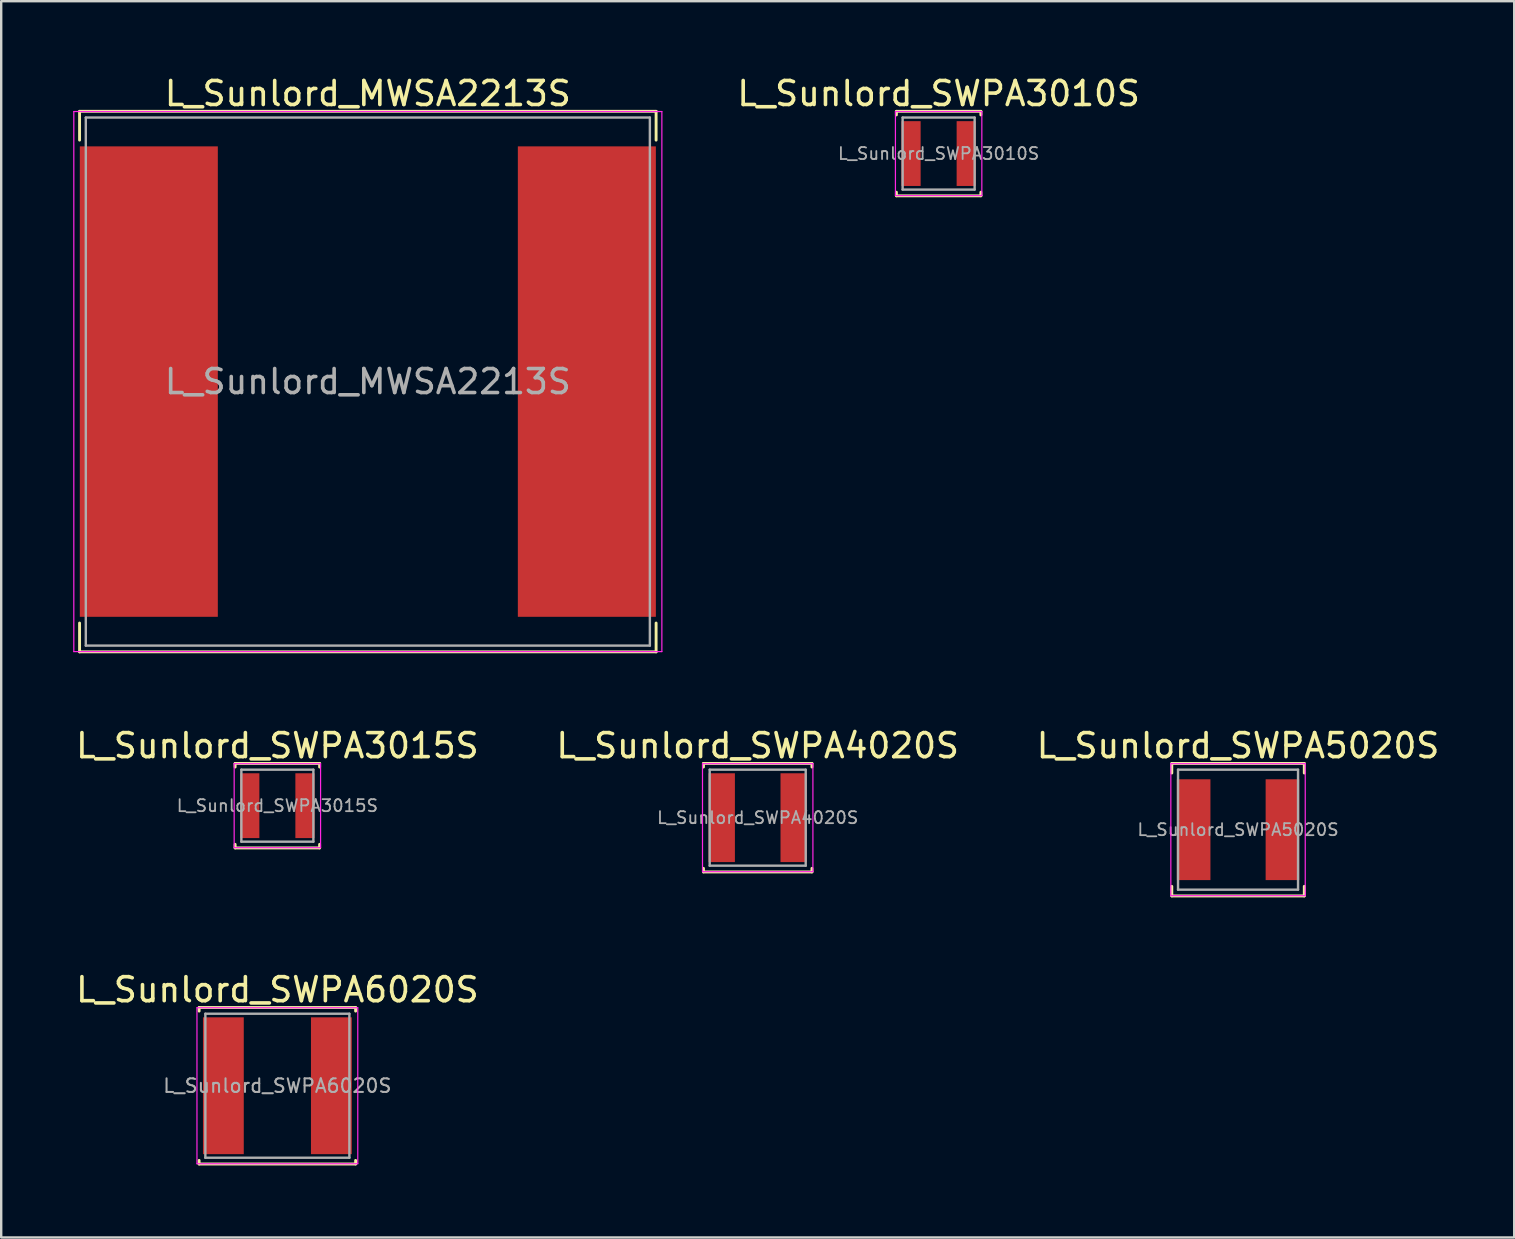
<source format=kicad_pcb>
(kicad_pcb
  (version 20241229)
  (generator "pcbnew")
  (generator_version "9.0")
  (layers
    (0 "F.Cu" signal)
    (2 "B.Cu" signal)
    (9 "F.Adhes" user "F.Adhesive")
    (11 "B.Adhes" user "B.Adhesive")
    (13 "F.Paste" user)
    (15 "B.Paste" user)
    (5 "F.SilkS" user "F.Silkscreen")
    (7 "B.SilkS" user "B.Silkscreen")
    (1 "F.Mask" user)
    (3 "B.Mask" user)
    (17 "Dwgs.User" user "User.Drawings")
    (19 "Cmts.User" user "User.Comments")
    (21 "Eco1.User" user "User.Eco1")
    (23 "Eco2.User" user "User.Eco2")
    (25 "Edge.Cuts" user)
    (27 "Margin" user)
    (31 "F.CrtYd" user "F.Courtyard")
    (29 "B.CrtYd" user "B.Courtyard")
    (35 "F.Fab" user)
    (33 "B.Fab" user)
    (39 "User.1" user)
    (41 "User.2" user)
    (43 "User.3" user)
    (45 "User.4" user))
  (footprint "L_Sunlord_MWSA2213S"
    (layer "F.Cu")
    (at 12.275 12.848)
    (property "Reference" "L_Sunlord_MWSA2213S" (at 0 -12 0) (layer "F.SilkS") (effects (font (size 1 1) (thickness 0.15))))
    (attr smd)
    (fp_line (start -12.01 -11.26) (end -12.01 -10.06) (stroke (width 0.12) (type solid)) (layer "F.SilkS"))
    (fp_line (start -12.01 -11.26) (end 12.01 -11.26) (stroke (width 0.12) (type solid)) (layer "F.SilkS"))
    (fp_line (start -12.01 11.26) (end -12.01 10.06) (stroke (width 0.12) (type solid)) (layer "F.SilkS"))
    (fp_line (start -12.01 11.26) (end 12.01 11.26) (stroke (width 0.12) (type solid)) (layer "F.SilkS"))
    (fp_line (start 12.01 -11.26) (end 12.01 -10.06) (stroke (width 0.12) (type solid)) (layer "F.SilkS"))
    (fp_line (start 12.01 11.26) (end 12.01 10.06) (stroke (width 0.12) (type solid)) (layer "F.SilkS"))
    (fp_line (start -12.25 -11.25) (end -12.25 11.25) (stroke (width 0.05) (type solid)) (layer "F.CrtYd"))
    (fp_line (start -12.25 11.25) (end 12.25 11.25) (stroke (width 0.05) (type solid)) (layer "F.CrtYd"))
    (fp_line (start 12.25 -11.25) (end -12.25 -11.25) (stroke (width 0.05) (type solid)) (layer "F.CrtYd"))
    (fp_line (start 12.25 11.25) (end 12.25 -11.25) (stroke (width 0.05) (type solid)) (layer "F.CrtYd"))
    (fp_line (start -11.75 -11) (end -11.75 11) (stroke (width 0.1) (type solid)) (layer "F.Fab"))
    (fp_line (start -11.75 11) (end 11.75 11) (stroke (width 0.1) (type solid)) (layer "F.Fab"))
    (fp_line (start 11.75 -11) (end -11.75 -11) (stroke (width 0.1) (type solid)) (layer "F.Fab"))
    (fp_line (start 11.75 11) (end 11.75 -11) (stroke (width 0.1) (type solid)) (layer "F.Fab"))
    (fp_text user "${REFERENCE}" (at 0 0 0) (layer "F.Fab") (effects (font (size 1 1) (thickness 0.15))))
    (pad "1" smd rect (at -9.125 0) (size 5.75 19.6) (layers "F.Cu" "F.Mask" "F.Paste"))
    (pad "2" smd rect (at 9.125 0) (size 5.75 19.6) (layers "F.Cu" "F.Mask" "F.Paste")))
  (footprint "L_Sunlord_SWPA3015S"
    (layer "F.Cu")
    (at 8.506 30.517)
    (property "Reference" "L_Sunlord_SWPA3015S" (at 0 -2.5 0) (layer "F.SilkS") (effects (font (size 1 1) (thickness 0.15))))
    (attr smd)
    (fp_line (start -1.76 -1.76) (end -1.76 -1.61) (stroke (width 0.12) (type solid)) (layer "F.SilkS"))
    (fp_line (start -1.76 -1.76) (end 1.76 -1.76) (stroke (width 0.12) (type solid)) (layer "F.SilkS"))
    (fp_line (start -1.76 1.76) (end -1.76 1.61) (stroke (width 0.12) (type solid)) (layer "F.SilkS"))
    (fp_line (start -1.76 1.76) (end 1.76 1.76) (stroke (width 0.12) (type solid)) (layer "F.SilkS"))
    (fp_line (start 1.76 -1.76) (end 1.76 -1.61) (stroke (width 0.12) (type solid)) (layer "F.SilkS"))
    (fp_line (start 1.76 1.76) (end 1.76 1.61) (stroke (width 0.12) (type solid)) (layer "F.SilkS"))
    (fp_line (start -1.8 -1.75) (end -1.8 1.75) (stroke (width 0.05) (type solid)) (layer "F.CrtYd"))
    (fp_line (start -1.8 1.75) (end 1.8 1.75) (stroke (width 0.05) (type solid)) (layer "F.CrtYd"))
    (fp_line (start 1.8 -1.75) (end -1.8 -1.75) (stroke (width 0.05) (type solid)) (layer "F.CrtYd"))
    (fp_line (start 1.8 1.75) (end 1.8 -1.75) (stroke (width 0.05) (type solid)) (layer "F.CrtYd"))
    (fp_line (start -1.5 -1.5) (end -1.5 1.5) (stroke (width 0.1) (type solid)) (layer "F.Fab"))
    (fp_line (start -1.5 1.5) (end 1.5 1.5) (stroke (width 0.1) (type solid)) (layer "F.Fab"))
    (fp_line (start 1.5 -1.5) (end -1.5 -1.5) (stroke (width 0.1) (type solid)) (layer "F.Fab"))
    (fp_line (start 1.5 1.5) (end 1.5 -1.5) (stroke (width 0.1) (type solid)) (layer "F.Fab"))
    (fp_text user "${REFERENCE}" (at 0 0 0) (layer "F.Fab") (effects (font (size 0.5 0.5) (thickness 0.075))))
    (pad "1" smd rect (at -1.15 0) (size 0.8 2.7) (layers "F.Cu" "F.Mask" "F.Paste"))
    (pad "2" smd rect (at 1.15 0) (size 0.8 2.7) (layers "F.Cu" "F.Mask" "F.Paste")))
  (footprint "L_Sunlord_SWPA5020S"
    (layer "F.Cu")
    (at 48.53 31.517)
    (property "Reference" "L_Sunlord_SWPA5020S" (at 0 -3.5 0) (layer "F.SilkS") (effects (font (size 1 1) (thickness 0.15))))
    (attr smd)
    (fp_line (start -2.76 -2.76) (end -2.76 -2.36) (stroke (width 0.12) (type solid)) (layer "F.SilkS"))
    (fp_line (start -2.76 -2.76) (end 2.76 -2.76) (stroke (width 0.12) (type solid)) (layer "F.SilkS"))
    (fp_line (start -2.76 2.76) (end -2.76 2.36) (stroke (width 0.12) (type solid)) (layer "F.SilkS"))
    (fp_line (start -2.76 2.76) (end 2.76 2.76) (stroke (width 0.12) (type solid)) (layer "F.SilkS"))
    (fp_line (start 2.76 -2.76) (end 2.76 -2.36) (stroke (width 0.12) (type solid)) (layer "F.SilkS"))
    (fp_line (start 2.76 2.76) (end 2.76 2.36) (stroke (width 0.12) (type solid)) (layer "F.SilkS"))
    (fp_line (start -2.8 -2.75) (end -2.8 2.75) (stroke (width 0.05) (type solid)) (layer "F.CrtYd"))
    (fp_line (start -2.8 2.75) (end 2.8 2.75) (stroke (width 0.05) (type solid)) (layer "F.CrtYd"))
    (fp_line (start 2.8 -2.75) (end -2.8 -2.75) (stroke (width 0.05) (type solid)) (layer "F.CrtYd"))
    (fp_line (start 2.8 2.75) (end 2.8 -2.75) (stroke (width 0.05) (type solid)) (layer "F.CrtYd"))
    (fp_line (start -2.5 -2.5) (end -2.5 2.5) (stroke (width 0.1) (type solid)) (layer "F.Fab"))
    (fp_line (start -2.5 2.5) (end 2.5 2.5) (stroke (width 0.1) (type solid)) (layer "F.Fab"))
    (fp_line (start 2.5 -2.5) (end -2.5 -2.5) (stroke (width 0.1) (type solid)) (layer "F.Fab"))
    (fp_line (start 2.5 2.5) (end 2.5 -2.5) (stroke (width 0.1) (type solid)) (layer "F.Fab"))
    (fp_text user "${REFERENCE}" (at 0 0 0) (layer "F.Fab") (effects (font (size 0.5 0.5) (thickness 0.075))))
    (pad "1" smd rect (at -1.85 0) (size 1.4 4.2) (layers "F.Cu" "F.Mask" "F.Paste"))
    (pad "2" smd rect (at 1.85 0) (size 1.4 4.2) (layers "F.Cu" "F.Mask" "F.Paste")))
  (footprint "L_Sunlord_SWPA3010S"
    (layer "F.Cu")
    (at 36.056 3.348)
    (property "Reference" "L_Sunlord_SWPA3010S" (at 0 -2.5 0) (layer "F.SilkS") (effects (font (size 1 1) (thickness 0.15))))
    (attr smd)
    (fp_line (start -1.76 -1.76) (end -1.76 -1.61) (stroke (width 0.12) (type solid)) (layer "F.SilkS"))
    (fp_line (start -1.76 -1.76) (end 1.76 -1.76) (stroke (width 0.12) (type solid)) (layer "F.SilkS"))
    (fp_line (start -1.76 1.76) (end -1.76 1.61) (stroke (width 0.12) (type solid)) (layer "F.SilkS"))
    (fp_line (start -1.76 1.76) (end 1.76 1.76) (stroke (width 0.12) (type solid)) (layer "F.SilkS"))
    (fp_line (start 1.76 -1.76) (end 1.76 -1.61) (stroke (width 0.12) (type solid)) (layer "F.SilkS"))
    (fp_line (start 1.76 1.76) (end 1.76 1.61) (stroke (width 0.12) (type solid)) (layer "F.SilkS"))
    (fp_line (start -1.8 -1.75) (end -1.8 1.75) (stroke (width 0.05) (type solid)) (layer "F.CrtYd"))
    (fp_line (start -1.8 1.75) (end 1.8 1.75) (stroke (width 0.05) (type solid)) (layer "F.CrtYd"))
    (fp_line (start 1.8 -1.75) (end -1.8 -1.75) (stroke (width 0.05) (type solid)) (layer "F.CrtYd"))
    (fp_line (start 1.8 1.75) (end 1.8 -1.75) (stroke (width 0.05) (type solid)) (layer "F.CrtYd"))
    (fp_line (start -1.5 -1.5) (end -1.5 1.5) (stroke (width 0.1) (type solid)) (layer "F.Fab"))
    (fp_line (start -1.5 1.5) (end 1.5 1.5) (stroke (width 0.1) (type solid)) (layer "F.Fab"))
    (fp_line (start 1.5 -1.5) (end -1.5 -1.5) (stroke (width 0.1) (type solid)) (layer "F.Fab"))
    (fp_line (start 1.5 1.5) (end 1.5 -1.5) (stroke (width 0.1) (type solid)) (layer "F.Fab"))
    (fp_text user "${REFERENCE}" (at 0 0 0) (layer "F.Fab") (effects (font (size 0.5 0.5) (thickness 0.075))))
    (pad "1" smd rect (at -1.15 0) (size 0.8 2.7) (layers "F.Cu" "F.Mask" "F.Paste"))
    (pad "2" smd rect (at 1.15 0) (size 0.8 2.7) (layers "F.Cu" "F.Mask" "F.Paste")))
  (footprint "L_Sunlord_SWPA4020S"
    (layer "F.Cu")
    (at 28.518 31.017)
    (property "Reference" "L_Sunlord_SWPA4020S" (at 0 -3 0) (layer "F.SilkS") (effects (font (size 1 1) (thickness 0.15))))
    (attr smd)
    (fp_line (start -2.26 -2.26) (end -2.26 -2.11) (stroke (width 0.12) (type solid)) (layer "F.SilkS"))
    (fp_line (start -2.26 -2.26) (end 2.26 -2.26) (stroke (width 0.12) (type solid)) (layer "F.SilkS"))
    (fp_line (start -2.26 2.26) (end -2.26 2.11) (stroke (width 0.12) (type solid)) (layer "F.SilkS"))
    (fp_line (start -2.26 2.26) (end 2.26 2.26) (stroke (width 0.12) (type solid)) (layer "F.SilkS"))
    (fp_line (start 2.26 -2.26) (end 2.26 -2.11) (stroke (width 0.12) (type solid)) (layer "F.SilkS"))
    (fp_line (start 2.26 2.26) (end 2.26 2.11) (stroke (width 0.12) (type solid)) (layer "F.SilkS"))
    (fp_line (start -2.3 -2.25) (end -2.3 2.25) (stroke (width 0.05) (type solid)) (layer "F.CrtYd"))
    (fp_line (start -2.3 2.25) (end 2.3 2.25) (stroke (width 0.05) (type solid)) (layer "F.CrtYd"))
    (fp_line (start 2.3 -2.25) (end -2.3 -2.25) (stroke (width 0.05) (type solid)) (layer "F.CrtYd"))
    (fp_line (start 2.3 2.25) (end 2.3 -2.25) (stroke (width 0.05) (type solid)) (layer "F.CrtYd"))
    (fp_line (start -2 -2) (end -2 2) (stroke (width 0.1) (type solid)) (layer "F.Fab"))
    (fp_line (start -2 2) (end 2 2) (stroke (width 0.1) (type solid)) (layer "F.Fab"))
    (fp_line (start 2 -2) (end -2 -2) (stroke (width 0.1) (type solid)) (layer "F.Fab"))
    (fp_line (start 2 2) (end 2 -2) (stroke (width 0.1) (type solid)) (layer "F.Fab"))
    (fp_text user "${REFERENCE}" (at 0 0 0) (layer "F.Fab") (effects (font (size 0.5 0.5) (thickness 0.075))))
    (pad "1" smd rect (at -1.5 0) (size 1.1 3.7) (layers "F.Cu" "F.Mask" "F.Paste"))
    (pad "2" smd rect (at 1.5 0) (size 1.1 3.7) (layers "F.Cu" "F.Mask" "F.Paste")))
  (footprint "L_Sunlord_SWPA6020S"
    (layer "F.Cu")
    (at 8.506 42.185)
    (property "Reference" "L_Sunlord_SWPA6020S" (at 0 -4 0) (layer "F.SilkS") (effects (font (size 1 1) (thickness 0.15))))
    (attr smd)
    (fp_line (start -3.26 -3.26) (end -3.26 -3.11) (stroke (width 0.12) (type solid)) (layer "F.SilkS"))
    (fp_line (start -3.26 -3.26) (end 3.26 -3.26) (stroke (width 0.12) (type solid)) (layer "F.SilkS"))
    (fp_line (start -3.26 3.26) (end -3.26 3.11) (stroke (width 0.12) (type solid)) (layer "F.SilkS"))
    (fp_line (start -3.26 3.26) (end 3.26 3.26) (stroke (width 0.12) (type solid)) (layer "F.SilkS"))
    (fp_line (start 3.26 -3.26) (end 3.26 -3.11) (stroke (width 0.12) (type solid)) (layer "F.SilkS"))
    (fp_line (start 3.26 3.26) (end 3.26 3.11) (stroke (width 0.12) (type solid)) (layer "F.SilkS"))
    (fp_line (start -3.35 -3.25) (end -3.35 3.25) (stroke (width 0.05) (type solid)) (layer "F.CrtYd"))
    (fp_line (start -3.35 3.25) (end 3.35 3.25) (stroke (width 0.05) (type solid)) (layer "F.CrtYd"))
    (fp_line (start 3.35 -3.25) (end -3.35 -3.25) (stroke (width 0.05) (type solid)) (layer "F.CrtYd"))
    (fp_line (start 3.35 3.25) (end 3.35 -3.25) (stroke (width 0.05) (type solid)) (layer "F.CrtYd"))
    (fp_line (start -3 -3) (end -3 3) (stroke (width 0.1) (type solid)) (layer "F.Fab"))
    (fp_line (start -3 3) (end 3 3) (stroke (width 0.1) (type solid)) (layer "F.Fab"))
    (fp_line (start 3 -3) (end -3 -3) (stroke (width 0.1) (type solid)) (layer "F.Fab"))
    (fp_line (start 3 3) (end 3 -3) (stroke (width 0.1) (type solid)) (layer "F.Fab"))
    (fp_text user "${REFERENCE}" (at 0 0 0) (layer "F.Fab") (effects (font (size 0.567 0.567) (thickness 0.085))))
    (pad "1" smd rect (at -2.25 0) (size 1.7 5.7) (layers "F.Cu" "F.Mask" "F.Paste"))
    (pad "2" smd rect (at 2.25 0) (size 1.7 5.7) (layers "F.Cu" "F.Mask" "F.Paste")))
  (gr_rect
    (start -3 -3)
    (end 60.036 48.505)
    (stroke (width 0.1) (type default))
    (fill no)
    (layer "Edge.Cuts")))
</source>
